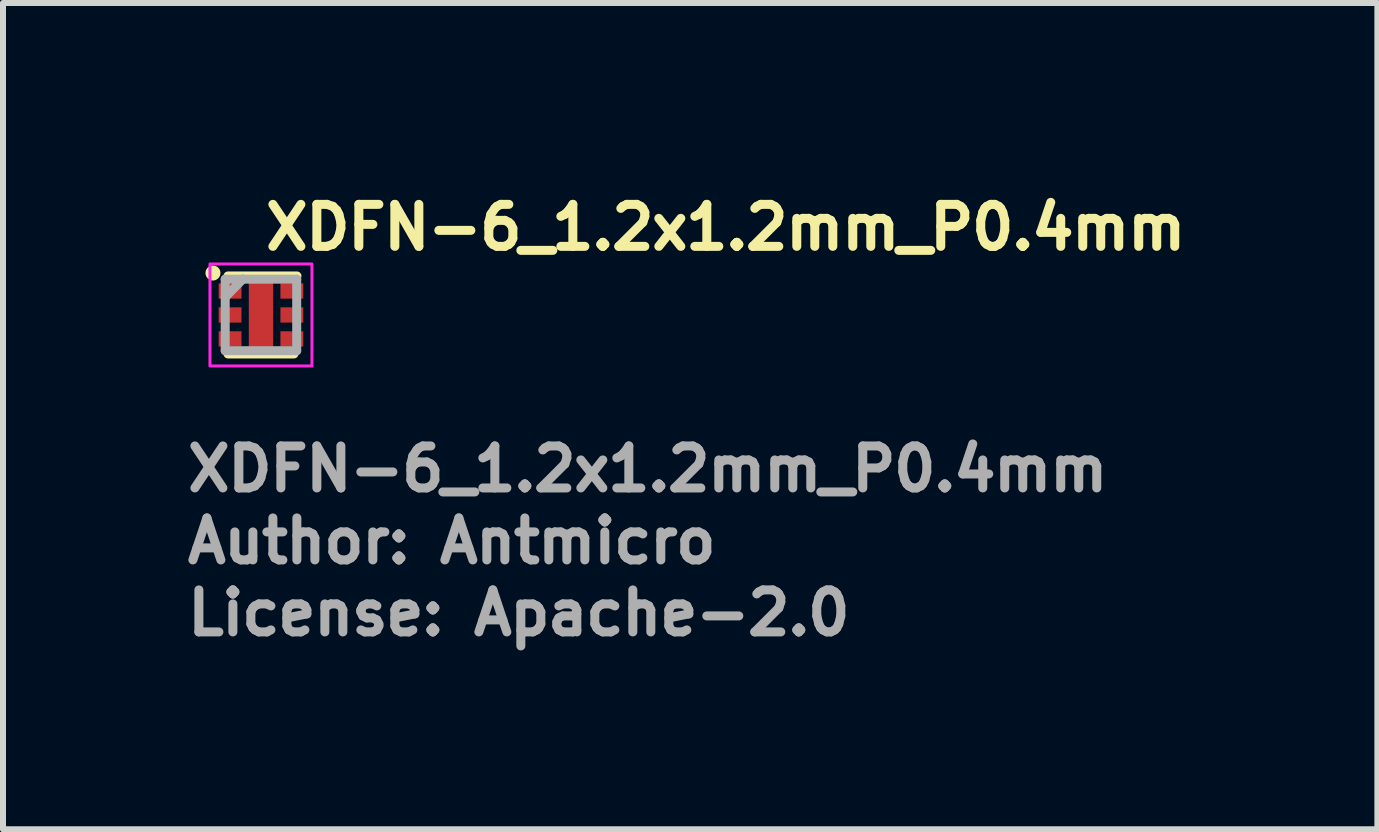
<source format=kicad_pcb>
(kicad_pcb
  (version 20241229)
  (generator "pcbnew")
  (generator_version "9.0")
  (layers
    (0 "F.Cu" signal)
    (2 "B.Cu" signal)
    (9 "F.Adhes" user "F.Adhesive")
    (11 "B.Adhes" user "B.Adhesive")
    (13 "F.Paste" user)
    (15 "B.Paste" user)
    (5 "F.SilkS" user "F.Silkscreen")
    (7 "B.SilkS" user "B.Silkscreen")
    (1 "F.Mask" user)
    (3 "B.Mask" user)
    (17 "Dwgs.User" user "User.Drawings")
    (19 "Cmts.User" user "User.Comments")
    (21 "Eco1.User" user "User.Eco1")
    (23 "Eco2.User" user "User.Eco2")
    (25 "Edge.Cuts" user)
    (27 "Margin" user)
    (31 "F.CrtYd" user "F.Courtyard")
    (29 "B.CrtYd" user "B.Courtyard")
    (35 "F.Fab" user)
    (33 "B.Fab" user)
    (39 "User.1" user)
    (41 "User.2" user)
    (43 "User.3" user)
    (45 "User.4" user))
  (footprint "XDFN-6_1.2x1.2mm_P0.4mm"
    (layer "F.Cu")
    (at 1.3 2.2)
    (property "Reference" "XDFN-6_1.2x1.2mm_P0.4mm" (at 0 -1.05 0) (unlocked yes) (layer "F.SilkS") (effects (font (size 0.7 0.7) (thickness 0.15)) (justify left bottom)))
    (attr smd)
    (fp_line (start -0.55 -0.65) (end 0.6 -0.65) (stroke (width 0.15) (type solid)) (layer "F.SilkS"))
    (fp_line (start -0.55 0.65) (end 0.55 0.65) (stroke (width 0.15) (type solid)) (layer "F.SilkS"))
    (fp_circle (center -0.8 -0.699) (end -0.75 -0.699) (stroke (width 0.15) (type solid)) (fill yes) (layer "F.SilkS"))
    (fp_rect (start -0.85 -0.85) (end 0.85 0.85) (stroke (width 0.05) (type solid)) (fill no) (layer "F.CrtYd"))
    (fp_line (start -0.596 -0.596) (end -0.596 0.596) (stroke (width 0.15) (type solid)) (layer "F.Fab"))
    (fp_line (start -0.596 0.596) (end 0.596 0.596) (stroke (width 0.15) (type solid)) (layer "F.Fab"))
    (fp_line (start -0.3 -0.6) (end -0.596 -0.296) (stroke (width 0.15) (type solid)) (layer "F.Fab"))
    (fp_line (start 0.596 -0.596) (end -0.596 -0.596) (stroke (width 0.15) (type solid)) (layer "F.Fab"))
    (fp_line (start 0.596 0.596) (end 0.596 -0.596) (stroke (width 0.15) (type solid)) (layer "F.Fab"))
    (fp_rect (start -0.648 -0.597) (end 0.648 0.597) (stroke (width 0.1) (type solid)) (fill no) (layer "User.5"))
    (fp_line (start -0.648 -0.273) (end -0.648 -0.527) (stroke (width 0.02) (type solid)) (layer "User.9"))
    (fp_line (start -0.648 -0.273) (end -0.597 -0.273) (stroke (width 0.02) (type solid)) (layer "User.9"))
    (fp_line (start -0.648 0.127) (end -0.648 -0.127) (stroke (width 0.02) (type solid)) (layer "User.9"))
    (fp_line (start -0.648 0.127) (end -0.597 0.127) (stroke (width 0.02) (type solid)) (layer "User.9"))
    (fp_line (start -0.648 0.527) (end -0.648 0.273) (stroke (width 0.02) (type solid)) (layer "User.9"))
    (fp_line (start -0.648 0.527) (end -0.597 0.527) (stroke (width 0.02) (type solid)) (layer "User.9"))
    (fp_line (start -0.597 -0.597) (end -0.597 0.597) (stroke (width 0.02) (type solid)) (layer "User.9"))
    (fp_line (start -0.597 -0.527) (end -0.648 -0.527) (stroke (width 0.02) (type solid)) (layer "User.9"))
    (fp_line (start -0.597 -0.127) (end -0.648 -0.127) (stroke (width 0.02) (type solid)) (layer "User.9"))
    (fp_line (start -0.597 0.273) (end -0.648 0.273) (stroke (width 0.02) (type solid)) (layer "User.9"))
    (fp_line (start -0.597 0.597) (end 0.597 0.597) (stroke (width 0.02) (type solid)) (layer "User.9"))
    (fp_line (start -0.507 -0.406) (end -0.507 -0.404) (stroke (width 0.02) (type solid)) (layer "User.9"))
    (fp_line (start -0.507 -0.404) (end -0.507 -0.403) (stroke (width 0.02) (type solid)) (layer "User.9"))
    (fp_line (start -0.507 -0.403) (end -0.507 -0.401) (stroke (width 0.02) (type solid)) (layer "User.9"))
    (fp_line (start -0.507 -0.401) (end -0.507 -0.4) (stroke (width 0.02) (type solid)) (layer "User.9"))
    (fp_line (start -0.507 -0.4) (end -0.507 -0.4) (stroke (width 0.02) (type solid)) (layer "User.9"))
    (fp_line (start -0.507 -0.4) (end -0.507 -0.398) (stroke (width 0.02) (type solid)) (layer "User.9"))
    (fp_line (start -0.507 -0.398) (end -0.507 -0.396) (stroke (width 0.02) (type solid)) (layer "User.9"))
    (fp_line (start -0.507 -0.396) (end -0.507 -0.395) (stroke (width 0.02) (type solid)) (layer "User.9"))
    (fp_line (start -0.507 -0.395) (end -0.507 -0.393) (stroke (width 0.02) (type solid)) (layer "User.9"))
    (fp_line (start -0.507 -0.393) (end -0.506 -0.392) (stroke (width 0.02) (type solid)) (layer "User.9"))
    (fp_line (start -0.506 -0.41) (end -0.506 -0.408) (stroke (width 0.02) (type solid)) (layer "User.9"))
    (fp_line (start -0.506 -0.408) (end -0.506 -0.407) (stroke (width 0.02) (type solid)) (layer "User.9"))
    (fp_line (start -0.506 -0.407) (end -0.507 -0.406) (stroke (width 0.02) (type solid)) (layer "User.9"))
    (fp_line (start -0.506 -0.392) (end -0.506 -0.391) (stroke (width 0.02) (type solid)) (layer "User.9"))
    (fp_line (start -0.506 -0.391) (end -0.506 -0.389) (stroke (width 0.02) (type solid)) (layer "User.9"))
    (fp_line (start -0.506 -0.389) (end -0.505 -0.388) (stroke (width 0.02) (type solid)) (layer "User.9"))
    (fp_line (start -0.505 -0.411) (end -0.506 -0.41) (stroke (width 0.02) (type solid)) (layer "User.9"))
    (fp_line (start -0.505 -0.388) (end -0.504 -0.387) (stroke (width 0.02) (type solid)) (layer "User.9"))
    (fp_line (start -0.504 -0.414) (end -0.504 -0.412) (stroke (width 0.02) (type solid)) (layer "User.9"))
    (fp_line (start -0.504 -0.412) (end -0.505 -0.411) (stroke (width 0.02) (type solid)) (layer "User.9"))
    (fp_line (start -0.504 -0.387) (end -0.504 -0.385) (stroke (width 0.02) (type solid)) (layer "User.9"))
    (fp_line (start -0.504 -0.385) (end -0.503 -0.384) (stroke (width 0.02) (type solid)) (layer "User.9"))
    (fp_line (start -0.503 -0.415) (end -0.504 -0.414) (stroke (width 0.02) (type solid)) (layer "User.9"))
    (fp_line (start -0.503 -0.384) (end -0.502 -0.383) (stroke (width 0.02) (type solid)) (layer "User.9"))
    (fp_line (start -0.502 -0.416) (end -0.503 -0.415) (stroke (width 0.02) (type solid)) (layer "User.9"))
    (fp_line (start -0.502 -0.383) (end -0.501 -0.382) (stroke (width 0.02) (type solid)) (layer "User.9"))
    (fp_line (start -0.501 -0.418) (end -0.501 -0.417) (stroke (width 0.02) (type solid)) (layer "User.9"))
    (fp_line (start -0.501 -0.417) (end -0.502 -0.416) (stroke (width 0.02) (type solid)) (layer "User.9"))
    (fp_line (start -0.501 -0.382) (end -0.501 -0.381) (stroke (width 0.02) (type solid)) (layer "User.9"))
    (fp_line (start -0.501 -0.381) (end -0.5 -0.379) (stroke (width 0.02) (type solid)) (layer "User.9"))
    (fp_line (start -0.5 -0.42) (end -0.501 -0.418) (stroke (width 0.02) (type solid)) (layer "User.9"))
    (fp_line (start -0.5 -0.379) (end -0.499 -0.378) (stroke (width 0.02) (type solid)) (layer "User.9"))
    (fp_line (start -0.499 -0.421) (end -0.5 -0.42) (stroke (width 0.02) (type solid)) (layer "User.9"))
    (fp_line (start -0.499 -0.378) (end -0.498 -0.377) (stroke (width 0.02) (type solid)) (layer "User.9"))
    (fp_line (start -0.498 -0.422) (end -0.499 -0.421) (stroke (width 0.02) (type solid)) (layer "User.9"))
    (fp_line (start -0.498 -0.377) (end -0.496 -0.376) (stroke (width 0.02) (type solid)) (layer "User.9"))
    (fp_line (start -0.496 -0.423) (end -0.498 -0.422) (stroke (width 0.02) (type solid)) (layer "User.9"))
    (fp_line (start -0.496 -0.376) (end -0.495 -0.376) (stroke (width 0.02) (type solid)) (layer "User.9"))
    (fp_line (start -0.495 -0.423) (end -0.496 -0.423) (stroke (width 0.02) (type solid)) (layer "User.9"))
    (fp_line (start -0.495 -0.376) (end -0.494 -0.375) (stroke (width 0.02) (type solid)) (layer "User.9"))
    (fp_line (start -0.494 -0.424) (end -0.495 -0.423) (stroke (width 0.02) (type solid)) (layer "User.9"))
    (fp_line (start -0.494 -0.375) (end -0.493 -0.374) (stroke (width 0.02) (type solid)) (layer "User.9"))
    (fp_line (start -0.493 -0.425) (end -0.494 -0.424) (stroke (width 0.02) (type solid)) (layer "User.9"))
    (fp_line (start -0.493 -0.374) (end -0.492 -0.373) (stroke (width 0.02) (type solid)) (layer "User.9"))
    (fp_line (start -0.492 -0.426) (end -0.493 -0.425) (stroke (width 0.02) (type solid)) (layer "User.9"))
    (fp_line (start -0.492 -0.373) (end -0.49 -0.373) (stroke (width 0.02) (type solid)) (layer "User.9"))
    (fp_line (start -0.49 -0.426) (end -0.492 -0.426) (stroke (width 0.02) (type solid)) (layer "User.9"))
    (fp_line (start -0.49 -0.373) (end -0.489 -0.372) (stroke (width 0.02) (type solid)) (layer "User.9"))
    (fp_line (start -0.489 -0.427) (end -0.49 -0.426) (stroke (width 0.02) (type solid)) (layer "User.9"))
    (fp_line (start -0.489 -0.372) (end -0.488 -0.371) (stroke (width 0.02) (type solid)) (layer "User.9"))
    (fp_line (start -0.488 -0.428) (end -0.489 -0.427) (stroke (width 0.02) (type solid)) (layer "User.9"))
    (fp_line (start -0.488 -0.371) (end -0.486 -0.371) (stroke (width 0.02) (type solid)) (layer "User.9"))
    (fp_line (start -0.486 -0.428) (end -0.488 -0.428) (stroke (width 0.02) (type solid)) (layer "User.9"))
    (fp_line (start -0.486 -0.371) (end -0.485 -0.371) (stroke (width 0.02) (type solid)) (layer "User.9"))
    (fp_line (start -0.485 -0.428) (end -0.486 -0.428) (stroke (width 0.02) (type solid)) (layer "User.9"))
    (fp_line (start -0.485 -0.371) (end -0.484 -0.37) (stroke (width 0.02) (type solid)) (layer "User.9"))
    (fp_line (start -0.484 -0.429) (end -0.485 -0.428) (stroke (width 0.02) (type solid)) (layer "User.9"))
    (fp_line (start -0.484 -0.37) (end -0.482 -0.37) (stroke (width 0.02) (type solid)) (layer "User.9"))
    (fp_line (start -0.482 -0.429) (end -0.484 -0.429) (stroke (width 0.02) (type solid)) (layer "User.9"))
    (fp_line (start -0.482 -0.37) (end -0.481 -0.37) (stroke (width 0.02) (type solid)) (layer "User.9"))
    (fp_line (start -0.481 -0.429) (end -0.482 -0.429) (stroke (width 0.02) (type solid)) (layer "User.9"))
    (fp_line (start -0.481 -0.37) (end -0.479 -0.37) (stroke (width 0.02) (type solid)) (layer "User.9"))
    (fp_line (start -0.479 -0.429) (end -0.481 -0.429) (stroke (width 0.02) (type solid)) (layer "User.9"))
    (fp_line (start -0.479 -0.37) (end -0.477 -0.37) (stroke (width 0.02) (type solid)) (layer "User.9"))
    (fp_line (start -0.477 -0.429) (end -0.479 -0.429) (stroke (width 0.02) (type solid)) (layer "User.9"))
    (fp_line (start -0.477 -0.429) (end -0.477 -0.429) (stroke (width 0.02) (type solid)) (layer "User.9"))
    (fp_line (start -0.477 -0.37) (end -0.477 -0.37) (stroke (width 0.02) (type solid)) (layer "User.9"))
    (fp_line (start -0.477 -0.37) (end -0.476 -0.37) (stroke (width 0.02) (type solid)) (layer "User.9"))
    (fp_line (start -0.476 -0.429) (end -0.477 -0.429) (stroke (width 0.02) (type solid)) (layer "User.9"))
    (fp_line (start -0.476 -0.37) (end -0.474 -0.37) (stroke (width 0.02) (type solid)) (layer "User.9"))
    (fp_line (start -0.474 -0.429) (end -0.476 -0.429) (stroke (width 0.02) (type solid)) (layer "User.9"))
    (fp_line (start -0.474 -0.37) (end -0.473 -0.37) (stroke (width 0.02) (type solid)) (layer "User.9"))
    (fp_line (start -0.473 -0.429) (end -0.474 -0.429) (stroke (width 0.02) (type solid)) (layer "User.9"))
    (fp_line (start -0.473 -0.37) (end -0.471 -0.37) (stroke (width 0.02) (type solid)) (layer "User.9"))
    (fp_line (start -0.471 -0.429) (end -0.473 -0.429) (stroke (width 0.02) (type solid)) (layer "User.9"))
    (fp_line (start -0.471 -0.37) (end -0.47 -0.371) (stroke (width 0.02) (type solid)) (layer "User.9"))
    (fp_line (start -0.47 -0.428) (end -0.471 -0.429) (stroke (width 0.02) (type solid)) (layer "User.9"))
    (fp_line (start -0.47 -0.371) (end -0.469 -0.371) (stroke (width 0.02) (type solid)) (layer "User.9"))
    (fp_line (start -0.469 -0.428) (end -0.47 -0.428) (stroke (width 0.02) (type solid)) (layer "User.9"))
    (fp_line (start -0.469 -0.371) (end -0.467 -0.371) (stroke (width 0.02) (type solid)) (layer "User.9"))
    (fp_line (start -0.467 -0.428) (end -0.469 -0.428) (stroke (width 0.02) (type solid)) (layer "User.9"))
    (fp_line (start -0.467 -0.371) (end -0.466 -0.372) (stroke (width 0.02) (type solid)) (layer "User.9"))
    (fp_line (start -0.466 -0.427) (end -0.467 -0.428) (stroke (width 0.02) (type solid)) (layer "User.9"))
    (fp_line (start -0.466 -0.372) (end -0.465 -0.373) (stroke (width 0.02) (type solid)) (layer "User.9"))
    (fp_line (start -0.465 -0.426) (end -0.466 -0.427) (stroke (width 0.02) (type solid)) (layer "User.9"))
    (fp_line (start -0.465 -0.373) (end -0.463 -0.373) (stroke (width 0.02) (type solid)) (layer "User.9"))
    (fp_line (start -0.463 -0.426) (end -0.465 -0.426) (stroke (width 0.02) (type solid)) (layer "User.9"))
    (fp_line (start -0.463 -0.373) (end -0.462 -0.374) (stroke (width 0.02) (type solid)) (layer "User.9"))
    (fp_line (start -0.462 -0.425) (end -0.463 -0.426) (stroke (width 0.02) (type solid)) (layer "User.9"))
    (fp_line (start -0.462 -0.374) (end -0.461 -0.375) (stroke (width 0.02) (type solid)) (layer "User.9"))
    (fp_line (start -0.461 -0.424) (end -0.462 -0.425) (stroke (width 0.02) (type solid)) (layer "User.9"))
    (fp_line (start -0.461 -0.375) (end -0.46 -0.376) (stroke (width 0.02) (type solid)) (layer "User.9"))
    (fp_line (start -0.46 -0.423) (end -0.461 -0.424) (stroke (width 0.02) (type solid)) (layer "User.9"))
    (fp_line (start -0.46 -0.376) (end -0.459 -0.376) (stroke (width 0.02) (type solid)) (layer "User.9"))
    (fp_line (start -0.459 -0.423) (end -0.46 -0.423) (stroke (width 0.02) (type solid)) (layer "User.9"))
    (fp_line (start -0.459 -0.376) (end -0.457 -0.377) (stroke (width 0.02) (type solid)) (layer "User.9"))
    (fp_line (start -0.457 -0.422) (end -0.459 -0.423) (stroke (width 0.02) (type solid)) (layer "User.9"))
    (fp_line (start -0.457 -0.377) (end -0.456 -0.378) (stroke (width 0.02) (type solid)) (layer "User.9"))
    (fp_line (start -0.456 -0.421) (end -0.457 -0.422) (stroke (width 0.02) (type solid)) (layer "User.9"))
    (fp_line (start -0.456 -0.378) (end -0.455 -0.379) (stroke (width 0.02) (type solid)) (layer "User.9"))
    (fp_line (start -0.455 -0.42) (end -0.456 -0.421) (stroke (width 0.02) (type solid)) (layer "User.9"))
    (fp_line (start -0.455 -0.379) (end -0.454 -0.381) (stroke (width 0.02) (type solid)) (layer "User.9"))
    (fp_line (start -0.454 -0.418) (end -0.455 -0.42) (stroke (width 0.02) (type solid)) (layer "User.9"))
    (fp_line (start -0.454 -0.417) (end -0.454 -0.418) (stroke (width 0.02) (type solid)) (layer "User.9"))
    (fp_line (start -0.454 -0.382) (end -0.453 -0.383) (stroke (width 0.02) (type solid)) (layer "User.9"))
    (fp_line (start -0.454 -0.381) (end -0.454 -0.382) (stroke (width 0.02) (type solid)) (layer "User.9"))
    (fp_line (start -0.453 -0.416) (end -0.454 -0.417) (stroke (width 0.02) (type solid)) (layer "User.9"))
    (fp_line (start -0.453 -0.383) (end -0.452 -0.384) (stroke (width 0.02) (type solid)) (layer "User.9"))
    (fp_line (start -0.452 -0.415) (end -0.453 -0.416) (stroke (width 0.02) (type solid)) (layer "User.9"))
    (fp_line (start -0.452 -0.384) (end -0.451 -0.385) (stroke (width 0.02) (type solid)) (layer "User.9"))
    (fp_line (start -0.451 -0.414) (end -0.452 -0.415) (stroke (width 0.02) (type solid)) (layer "User.9"))
    (fp_line (start -0.451 -0.412) (end -0.451 -0.414) (stroke (width 0.02) (type solid)) (layer "User.9"))
    (fp_line (start -0.451 -0.387) (end -0.45 -0.388) (stroke (width 0.02) (type solid)) (layer "User.9"))
    (fp_line (start -0.451 -0.385) (end -0.451 -0.387) (stroke (width 0.02) (type solid)) (layer "User.9"))
    (fp_line (start -0.45 -0.411) (end -0.451 -0.412) (stroke (width 0.02) (type solid)) (layer "User.9"))
    (fp_line (start -0.45 -0.388) (end -0.449 -0.389) (stroke (width 0.02) (type solid)) (layer "User.9"))
    (fp_line (start -0.449 -0.41) (end -0.45 -0.411) (stroke (width 0.02) (type solid)) (layer "User.9"))
    (fp_line (start -0.449 -0.408) (end -0.449 -0.41) (stroke (width 0.02) (type solid)) (layer "User.9"))
    (fp_line (start -0.449 -0.407) (end -0.449 -0.408) (stroke (width 0.02) (type solid)) (layer "User.9"))
    (fp_line (start -0.449 -0.392) (end -0.448 -0.393) (stroke (width 0.02) (type solid)) (layer "User.9"))
    (fp_line (start -0.449 -0.391) (end -0.449 -0.392) (stroke (width 0.02) (type solid)) (layer "User.9"))
    (fp_line (start -0.449 -0.389) (end -0.449 -0.391) (stroke (width 0.02) (type solid)) (layer "User.9"))
    (fp_line (start -0.448 -0.406) (end -0.449 -0.407) (stroke (width 0.02) (type solid)) (layer "User.9"))
    (fp_line (start -0.448 -0.404) (end -0.448 -0.406) (stroke (width 0.02) (type solid)) (layer "User.9"))
    (fp_line (start -0.448 -0.403) (end -0.448 -0.404) (stroke (width 0.02) (type solid)) (layer "User.9"))
    (fp_line (start -0.448 -0.401) (end -0.448 -0.403) (stroke (width 0.02) (type solid)) (layer "User.9"))
    (fp_line (start -0.448 -0.4) (end -0.448 -0.401) (stroke (width 0.02) (type solid)) (layer "User.9"))
    (fp_line (start -0.448 -0.4) (end -0.448 -0.4) (stroke (width 0.02) (type solid)) (layer "User.9"))
    (fp_line (start -0.448 -0.4) (end -0.448 -0.4) (stroke (width 0.02) (type solid)) (layer "User.9"))
    (fp_line (start -0.448 -0.398) (end -0.448 -0.4) (stroke (width 0.02) (type solid)) (layer "User.9"))
    (fp_line (start -0.448 -0.396) (end -0.448 -0.398) (stroke (width 0.02) (type solid)) (layer "User.9"))
    (fp_line (start -0.448 -0.395) (end -0.448 -0.396) (stroke (width 0.02) (type solid)) (layer "User.9"))
    (fp_line (start -0.448 -0.393) (end -0.448 -0.395) (stroke (width 0.02) (type solid)) (layer "User.9"))
    (fp_line (start 0.597 -0.597) (end -0.597 -0.597) (stroke (width 0.02) (type solid)) (layer "User.9"))
    (fp_line (start 0.597 -0.273) (end 0.648 -0.273) (stroke (width 0.02) (type solid)) (layer "User.9"))
    (fp_line (start 0.597 0.127) (end 0.648 0.127) (stroke (width 0.02) (type solid)) (layer "User.9"))
    (fp_line (start 0.597 0.527) (end 0.648 0.527) (stroke (width 0.02) (type solid)) (layer "User.9"))
    (fp_line (start 0.597 0.597) (end 0.597 -0.597) (stroke (width 0.02) (type solid)) (layer "User.9"))
    (fp_line (start 0.648 -0.527) (end 0.597 -0.527) (stroke (width 0.02) (type solid)) (layer "User.9"))
    (fp_line (start 0.648 -0.527) (end 0.648 -0.273) (stroke (width 0.02) (type solid)) (layer "User.9"))
    (fp_line (start 0.648 -0.127) (end 0.597 -0.127) (stroke (width 0.02) (type solid)) (layer "User.9"))
    (fp_line (start 0.648 -0.127) (end 0.648 0.127) (stroke (width 0.02) (type solid)) (layer "User.9"))
    (fp_line (start 0.648 0.273) (end 0.597 0.273) (stroke (width 0.02) (type solid)) (layer "User.9"))
    (fp_line (start 0.648 0.273) (end 0.648 0.527) (stroke (width 0.02) (type solid)) (layer "User.9"))
    (fp_text user "${REFERENCE}" (at -1.3 2.977 0) (unlocked yes) (layer "F.Fab") (effects (font (size 0.7 0.7) (thickness 0.15)) (justify left bottom)))
    (fp_text user "License: Apache-2.0" (at -1.3 5.377 0) (layer "F.Fab") (effects (font (size 0.7 0.7) (thickness 0.15)) (justify left bottom)))
    (fp_text user "Author: Antmicro" (at -1.3 4.177 0) (layer "F.Fab") (effects (font (size 0.7 0.7) (thickness 0.15)) (justify left bottom)))
    (pad "1" smd rect (at -0.515 -0.399 90) (size 0.254 0.381) (layers "F.Cu" "F.Mask" "F.Paste"))
    (pad "2" smd rect (at -0.515 0 90) (size 0.254 0.381) (layers "F.Cu" "F.Mask" "F.Paste"))
    (pad "3" smd rect (at -0.515 0.399 90) (size 0.254 0.381) (layers "F.Cu" "F.Mask" "F.Paste"))
    (pad "4" smd rect (at 0.515 0.399 90) (size 0.254 0.381) (layers "F.Cu" "F.Mask" "F.Paste"))
    (pad "5" smd rect (at 0.515 0 90) (size 0.254 0.381) (layers "F.Cu" "F.Mask" "F.Paste"))
    (pad "6" smd rect (at 0.515 -0.399 90) (size 0.254 0.381) (layers "F.Cu" "F.Mask" "F.Paste"))
    (pad "7" smd rect (at 0 0) (size 0.406 1.092) (layers "F.Cu" "F.Mask" "F.Paste")))
  (gr_rect
    (start -3 -3)
    (end 19.91 10.773)
    (stroke (width 0.1) (type default))
    (fill no)
    (layer "Edge.Cuts")))
</source>
